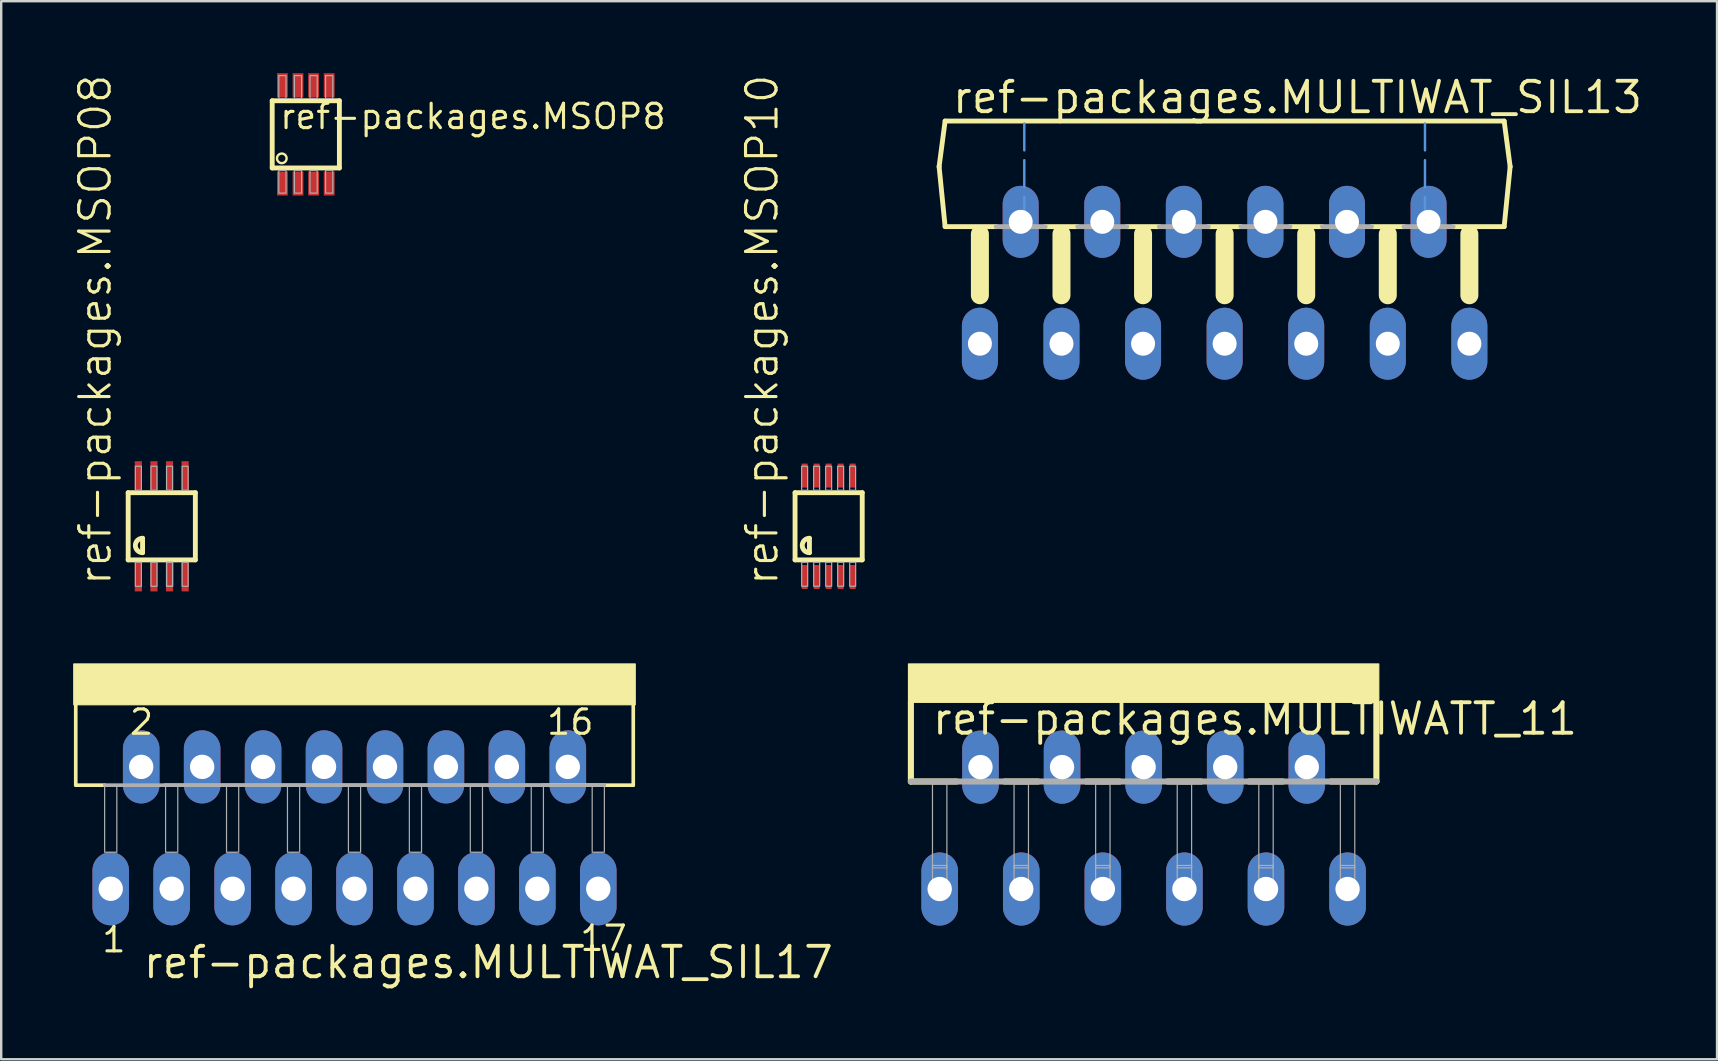
<source format=kicad_pcb>
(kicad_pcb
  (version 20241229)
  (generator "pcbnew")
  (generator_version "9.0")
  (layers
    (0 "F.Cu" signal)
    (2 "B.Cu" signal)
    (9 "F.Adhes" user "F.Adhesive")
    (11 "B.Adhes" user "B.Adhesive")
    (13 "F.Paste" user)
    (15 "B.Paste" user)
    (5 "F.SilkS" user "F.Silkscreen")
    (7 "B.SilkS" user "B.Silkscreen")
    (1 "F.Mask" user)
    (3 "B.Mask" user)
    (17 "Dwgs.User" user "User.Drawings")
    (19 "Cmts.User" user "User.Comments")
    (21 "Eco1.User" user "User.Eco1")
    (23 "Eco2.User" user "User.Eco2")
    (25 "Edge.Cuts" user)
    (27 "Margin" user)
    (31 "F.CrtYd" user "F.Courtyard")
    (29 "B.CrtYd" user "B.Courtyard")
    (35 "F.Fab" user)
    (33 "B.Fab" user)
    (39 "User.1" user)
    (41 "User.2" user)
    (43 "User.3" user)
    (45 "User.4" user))
  (footprint "ref-packages.MSOP08"
    (layer "F.Cu")
    (at 3.692 18.884)
    (property "Reference" "ref-packages.MSOP08" (at -2.032 2.54 90) (layer "F.SilkS") (effects (font (size 1.27 1.27) (thickness 0.13)) (justify left bottom)))
    (attr smd)
    (fp_line (start -1.4 -1.4) (end 1.4 -1.4) (stroke (width 0.203) (type default)) (layer "F.SilkS"))
    (fp_line (start -1.4 1.4) (end -1.4 -1.4) (stroke (width 0.203) (type default)) (layer "F.SilkS"))
    (fp_line (start -0.8 0.5) (end -0.8 1.1) (stroke (width 0.203) (type default)) (layer "F.SilkS"))
    (fp_line (start 1.4 -1.4) (end 1.4 1.4) (stroke (width 0.203) (type default)) (layer "F.SilkS"))
    (fp_line (start 1.4 1.4) (end -1.4 1.4) (stroke (width 0.203) (type default)) (layer "F.SilkS"))
    (fp_arc (start -0.8 1.1) (mid -1.1 0.8) (end -0.8 0.5) (stroke (width 0.2032) (type default)) (layer "F.SilkS"))
    (fp_rect (start -1.1 -1.5) (end -0.85 -2.5) (stroke (width 0.05) (type default)) (fill no) (layer "F.Fab"))
    (fp_rect (start -1.1 2.5) (end -0.85 1.5) (stroke (width 0.05) (type default)) (fill no) (layer "F.Fab"))
    (fp_rect (start -0.45 -1.5) (end -0.2 -2.5) (stroke (width 0.05) (type default)) (fill no) (layer "F.Fab"))
    (fp_rect (start -0.45 2.5) (end -0.2 1.5) (stroke (width 0.05) (type default)) (fill no) (layer "F.Fab"))
    (fp_rect (start 0.2 -1.5) (end 0.45 -2.5) (stroke (width 0.05) (type default)) (fill no) (layer "F.Fab"))
    (fp_rect (start 0.2 2.5) (end 0.45 1.5) (stroke (width 0.05) (type default)) (fill no) (layer "F.Fab"))
    (fp_rect (start 0.2 2.5) (end 0.45 1.5) (stroke (width 0.05) (type default)) (fill no) (layer "F.Fab"))
    (fp_rect (start 0.85 -1.5) (end 1.1 -2.5) (stroke (width 0.05) (type default)) (fill no) (layer "F.Fab"))
    (fp_rect (start 0.85 2.5) (end 1.1 1.5) (stroke (width 0.05) (type default)) (fill no) (layer "F.Fab"))
    (pad "1" smd roundrect (at -0.976 2.113) (size 0.3 1.2) (layers "F.Cu" "F.Mask" "F.Paste") (roundrect_rratio 0.01))
    (pad "2" smd roundrect (at -0.326 2.113) (size 0.3 1.2) (layers "F.Cu" "F.Mask" "F.Paste") (roundrect_rratio 0.01))
    (pad "3" smd roundrect (at 0.324 2.113) (size 0.3 1.2) (layers "F.Cu" "F.Mask" "F.Paste") (roundrect_rratio 0.01))
    (pad "4" smd roundrect (at 0.974 2.113) (size 0.3 1.2) (layers "F.Cu" "F.Mask" "F.Paste") (roundrect_rratio 0.01))
    (pad "5" smd roundrect (at 0.974 -2.112) (size 0.3 1.2) (layers "F.Cu" "F.Mask" "F.Paste") (roundrect_rratio 0.01))
    (pad "6" smd roundrect (at 0.324 -2.112) (size 0.3 1.2) (layers "F.Cu" "F.Mask" "F.Paste") (roundrect_rratio 0.01))
    (pad "7" smd roundrect (at -0.326 -2.112) (size 0.3 1.2) (layers "F.Cu" "F.Mask" "F.Paste") (roundrect_rratio 0.01))
    (pad "8" smd roundrect (at -0.976 -2.112) (size 0.3 1.2) (layers "F.Cu" "F.Mask" "F.Paste") (roundrect_rratio 0.01)))
  (footprint "ref-packages.MULTIWATT_11"
    (layer "F.Cu")
    (at 44.614 27.652)
    (property "Reference" "ref-packages.MULTIWATT_11" (at -8.89 0 0) (layer "F.SilkS") (effects (font (size 1.27 1.27) (thickness 0.16)) (justify left bottom)))
    (attr through_hole)
    (fp_line (start -9.7 1.87) (end -9.7 -1.43) (stroke (width 0.254) (type default)) (layer "F.SilkS"))
    (fp_line (start -9.7 1.87) (end -7.8 1.87) (stroke (width 0.254) (type default)) (layer "F.SilkS"))
    (fp_line (start -5.8 1.87) (end -4.4 1.87) (stroke (width 0.254) (type default)) (layer "F.SilkS"))
    (fp_line (start -2.4 1.87) (end -1 1.87) (stroke (width 0.254) (type default)) (layer "F.SilkS"))
    (fp_line (start 1 1.87) (end 2.4 1.87) (stroke (width 0.254) (type default)) (layer "F.SilkS"))
    (fp_line (start 4.4 1.87) (end 5.8 1.87) (stroke (width 0.254) (type default)) (layer "F.SilkS"))
    (fp_line (start 7.8 1.87) (end 9.7 1.87) (stroke (width 0.254) (type default)) (layer "F.SilkS"))
    (fp_line (start 9.7 1.87) (end 9.7 -1.43) (stroke (width 0.254) (type default)) (layer "F.SilkS"))
    (fp_rect (start -9.8 -1.43) (end 9.8 -3.03) (stroke (width 0.05) (type default)) (fill yes) (layer "F.SilkS"))
    (fp_line (start -9.7 1.87) (end 9.7 1.87) (stroke (width 0.254) (type default)) (layer "F.Fab"))
    (fp_rect (start -8.8 5.47) (end -8.2 1.97) (stroke (width 0.05) (type default)) (fill no) (layer "F.Fab"))
    (fp_rect (start -8.8 6.57) (end -8.2 5.37) (stroke (width 0.05) (type default)) (fill no) (layer "F.Fab"))
    (fp_rect (start -5.4 5.47) (end -4.8 1.97) (stroke (width 0.05) (type default)) (fill no) (layer "F.Fab"))
    (fp_rect (start -5.4 6.57) (end -4.8 5.37) (stroke (width 0.05) (type default)) (fill no) (layer "F.Fab"))
    (fp_rect (start -2 5.47) (end -1.4 1.97) (stroke (width 0.05) (type default)) (fill no) (layer "F.Fab"))
    (fp_rect (start -2 6.57) (end -1.4 5.37) (stroke (width 0.05) (type default)) (fill no) (layer "F.Fab"))
    (fp_rect (start 1.4 5.47) (end 2 1.97) (stroke (width 0.05) (type default)) (fill no) (layer "F.Fab"))
    (fp_rect (start 1.4 6.57) (end 2 5.37) (stroke (width 0.05) (type default)) (fill no) (layer "F.Fab"))
    (fp_rect (start 4.8 5.47) (end 5.4 1.97) (stroke (width 0.05) (type default)) (fill no) (layer "F.Fab"))
    (fp_rect (start 4.8 6.57) (end 5.4 5.37) (stroke (width 0.05) (type default)) (fill no) (layer "F.Fab"))
    (fp_rect (start 8.2 5.47) (end 8.8 1.97) (stroke (width 0.05) (type default)) (fill no) (layer "F.Fab"))
    (fp_rect (start 8.2 6.57) (end 8.8 5.37) (stroke (width 0.05) (type default)) (fill no) (layer "F.Fab"))
    (pad "1" thru_hole oval (at -8.5 6.35 90) (size 3.048 1.524) (drill 1.016) (layers "*.Cu" "*.Mask"))
    (pad "2" thru_hole oval (at -6.8 1.27 90) (size 3.048 1.524) (drill 1.016) (layers "*.Cu" "*.Mask"))
    (pad "3" thru_hole oval (at -5.1 6.35 90) (size 3.048 1.524) (drill 1.016) (layers "*.Cu" "*.Mask"))
    (pad "4" thru_hole oval (at -3.4 1.27 90) (size 3.048 1.524) (drill 1.016) (layers "*.Cu" "*.Mask"))
    (pad "5" thru_hole oval (at -1.7 6.35 90) (size 3.048 1.524) (drill 1.016) (layers "*.Cu" "*.Mask"))
    (pad "6" thru_hole oval (at 0 1.27 90) (size 3.048 1.524) (drill 1.016) (layers "*.Cu" "*.Mask"))
    (pad "7" thru_hole oval (at 1.7 6.35 90) (size 3.048 1.524) (drill 1.016) (layers "*.Cu" "*.Mask"))
    (pad "8" thru_hole oval (at 3.4 1.27 90) (size 3.048 1.524) (drill 1.016) (layers "*.Cu" "*.Mask"))
    (pad "9" thru_hole oval (at 5.1 6.35 90) (size 3.048 1.524) (drill 1.016) (layers "*.Cu" "*.Mask"))
    (pad "10" thru_hole oval (at 6.8 1.27 90) (size 3.048 1.524) (drill 1.016) (layers "*.Cu" "*.Mask"))
    (pad "11" thru_hole oval (at 8.5 6.35 90) (size 3.048 1.524) (drill 1.016) (layers "*.Cu" "*.Mask")))
  (footprint "ref-packages.MULTIWAT_SIL17"
    (layer "F.Cu")
    (at 11.725 26.372)
    (property "Reference" "ref-packages.MULTIWAT_SIL17" (at -8.89 11.43 0) (layer "F.SilkS") (effects (font (size 1.27 1.27) (thickness 0.16)) (justify left bottom)))
    (attr through_hole)
    (fp_line (start -11.618 -0.254) (end -11.618 3.302) (stroke (width 0.152) (type default)) (layer "F.SilkS"))
    (fp_line (start -11.618 3.302) (end -10.414 3.302) (stroke (width 0.152) (type default)) (layer "F.SilkS"))
    (fp_line (start 7.874 3.302) (end 11.618 3.302) (stroke (width 0.152) (type default)) (layer "F.SilkS"))
    (fp_line (start 11.618 -0.254) (end 11.618 3.302) (stroke (width 0.152) (type default)) (layer "F.SilkS"))
    (fp_rect (start -11.7 -0.05) (end 11.7 -1.75) (stroke (width 0.05) (type default)) (fill yes) (layer "F.SilkS"))
    (fp_line (start -10.414 3.302) (end -7.874 3.302) (stroke (width 0.152) (type default)) (layer "F.Fab"))
    (fp_line (start -7.874 3.302) (end 7.874 3.302) (stroke (width 0.152) (type default)) (layer "F.Fab"))
    (fp_line (start -7.874 3.302) (end 10.414 3.302) (stroke (width 0.152) (type default)) (layer "F.Fab"))
    (fp_rect (start -10.414 6.096) (end -9.906 3.302) (stroke (width 0.05) (type default)) (fill no) (layer "F.Fab"))
    (fp_rect (start -7.874 6.096) (end -7.366 3.302) (stroke (width 0.05) (type default)) (fill no) (layer "F.Fab"))
    (fp_rect (start -5.334 6.096) (end -4.826 3.302) (stroke (width 0.05) (type default)) (fill no) (layer "F.Fab"))
    (fp_rect (start -2.794 6.096) (end -2.286 3.302) (stroke (width 0.05) (type default)) (fill no) (layer "F.Fab"))
    (fp_rect (start -0.254 6.096) (end 0.254 3.302) (stroke (width 0.05) (type default)) (fill no) (layer "F.Fab"))
    (fp_rect (start 2.286 6.096) (end 2.794 3.302) (stroke (width 0.05) (type default)) (fill no) (layer "F.Fab"))
    (fp_rect (start 4.826 6.096) (end 5.334 3.302) (stroke (width 0.05) (type default)) (fill no) (layer "F.Fab"))
    (fp_rect (start 7.366 6.096) (end 7.874 3.302) (stroke (width 0.05) (type default)) (fill no) (layer "F.Fab"))
    (fp_rect (start 9.906 6.096) (end 10.414 3.302) (stroke (width 0.05) (type default)) (fill no) (layer "F.Fab"))
    (fp_text user "16" (at 7.939 1.27 0) (layer "F.SilkS") (effects (font (size 1.016 1.016) (thickness 0.13)) (justify left bottom)))
    (fp_text user "2" (at -9.447 1.27 0) (layer "F.SilkS") (effects (font (size 1.016 1.016) (thickness 0.13)) (justify left bottom)))
    (fp_text user "17" (at 9.328 10.279 0) (layer "F.SilkS") (effects (font (size 1.016 1.016) (thickness 0.13)) (justify left bottom)))
    (fp_text user "1" (at -10.597 10.338 0) (layer "F.SilkS") (effects (font (size 1.016 1.016) (thickness 0.13)) (justify left bottom)))
    (pad "1" thru_hole oval (at -10.16 7.62 90) (size 3.048 1.524) (drill 1.016) (layers "*.Cu" "*.Mask"))
    (pad "2" thru_hole oval (at -8.89 2.54 90) (size 3.048 1.524) (drill 1.016) (layers "*.Cu" "*.Mask"))
    (pad "3" thru_hole oval (at -7.62 7.62 90) (size 3.048 1.524) (drill 1.016) (layers "*.Cu" "*.Mask"))
    (pad "4" thru_hole oval (at -6.35 2.54 90) (size 3.048 1.524) (drill 1.016) (layers "*.Cu" "*.Mask"))
    (pad "5" thru_hole oval (at -5.08 7.62 90) (size 3.048 1.524) (drill 1.016) (layers "*.Cu" "*.Mask"))
    (pad "6" thru_hole oval (at -3.81 2.54 90) (size 3.048 1.524) (drill 1.016) (layers "*.Cu" "*.Mask"))
    (pad "7" thru_hole oval (at -2.54 7.62 90) (size 3.048 1.524) (drill 1.016) (layers "*.Cu" "*.Mask"))
    (pad "8" thru_hole oval (at -1.27 2.54 90) (size 3.048 1.524) (drill 1.016) (layers "*.Cu" "*.Mask"))
    (pad "9" thru_hole oval (at 0 7.62 90) (size 3.048 1.524) (drill 1.016) (layers "*.Cu" "*.Mask"))
    (pad "10" thru_hole oval (at 1.27 2.54 90) (size 3.048 1.524) (drill 1.016) (layers "*.Cu" "*.Mask"))
    (pad "11" thru_hole oval (at 2.54 7.62 90) (size 3.048 1.524) (drill 1.016) (layers "*.Cu" "*.Mask"))
    (pad "12" thru_hole oval (at 3.81 2.54 90) (size 3.048 1.524) (drill 1.016) (layers "*.Cu" "*.Mask"))
    (pad "13" thru_hole oval (at 5.08 7.62 90) (size 3.048 1.524) (drill 1.016) (layers "*.Cu" "*.Mask"))
    (pad "14" thru_hole oval (at 6.35 2.54 90) (size 3.048 1.524) (drill 1.016) (layers "*.Cu" "*.Mask"))
    (pad "15" thru_hole oval (at 7.62 7.62 90) (size 3.048 1.524) (drill 1.016) (layers "*.Cu" "*.Mask"))
    (pad "16" thru_hole oval (at 8.89 2.54 90) (size 3.048 1.524) (drill 1.016) (layers "*.Cu" "*.Mask"))
    (pad "17" thru_hole oval (at 10.16 7.62 90) (size 3.048 1.524) (drill 1.016) (layers "*.Cu" "*.Mask")))
  (footprint "ref-packages.MULTIWAT_SIL13"
    (layer "F.Cu")
    (at 47.99 6.195)
    (property "Reference" "ref-packages.MULTIWAT_SIL13" (at -11.43 -4.445 0) (layer "F.SilkS") (effects (font (size 1.27 1.27) (thickness 0.16)) (justify left bottom)))
    (attr through_hole)
    (fp_line (start -11.9 -2.3) (end -11.65 -4.2) (stroke (width 0.203) (type default)) (layer "F.SilkS"))
    (fp_line (start -11.65 -4.2) (end 11.65 -4.2) (stroke (width 0.203) (type default)) (layer "F.SilkS"))
    (fp_line (start -11.65 0.2) (end -11.9 -2.3) (stroke (width 0.203) (type default)) (layer "F.SilkS"))
    (fp_line (start -10.2 0.51) (end -10.2 3.06) (stroke (width 0.75) (type default)) (layer "F.SilkS"))
    (fp_line (start -9.52 0.2) (end -11.65 0.2) (stroke (width 0.203) (type default)) (layer "F.SilkS"))
    (fp_line (start -6.8 0.51) (end -6.8 3.06) (stroke (width 0.75) (type default)) (layer "F.SilkS"))
    (fp_line (start -6.12 0.2) (end -7.48 0.2) (stroke (width 0.203) (type default)) (layer "F.SilkS"))
    (fp_line (start -3.4 0.51) (end -3.4 3.06) (stroke (width 0.75) (type default)) (layer "F.SilkS"))
    (fp_line (start -2.72 0.2) (end -4.08 0.2) (stroke (width 0.203) (type default)) (layer "F.SilkS"))
    (fp_line (start 0 0.51) (end 0 3.06) (stroke (width 0.75) (type default)) (layer "F.SilkS"))
    (fp_line (start 0.68 0.2) (end -0.68 0.2) (stroke (width 0.203) (type default)) (layer "F.SilkS"))
    (fp_line (start 3.4 0.51) (end 3.4 3.06) (stroke (width 0.75) (type default)) (layer "F.SilkS"))
    (fp_line (start 4.08 0.2) (end 2.72 0.2) (stroke (width 0.203) (type default)) (layer "F.SilkS"))
    (fp_line (start 6.8 0.51) (end 6.8 3.06) (stroke (width 0.75) (type default)) (layer "F.SilkS"))
    (fp_line (start 7.48 0.2) (end 6.12 0.2) (stroke (width 0.203) (type default)) (layer "F.SilkS"))
    (fp_line (start 10.2 0.51) (end 10.2 3.06) (stroke (width 0.75) (type default)) (layer "F.SilkS"))
    (fp_line (start 11.65 -4.2) (end 11.9 -2.3) (stroke (width 0.203) (type default)) (layer "F.SilkS"))
    (fp_line (start 11.65 0.2) (end 9.52 0.2) (stroke (width 0.203) (type default)) (layer "F.SilkS"))
    (fp_line (start 11.9 -2.3) (end 11.65 0.2) (stroke (width 0.203) (type default)) (layer "F.SilkS"))
    (fp_line (start -8.35 -4.1) (end -8.35 0.1) (stroke (width 0.102) (type dash)) (layer "Cmts.User"))
    (fp_line (start 8.35 -4.1) (end 8.35 0.1) (stroke (width 0.102) (type dash)) (layer "Cmts.User"))
    (fp_line (start -7.48 0.2) (end -9.52 0.2) (stroke (width 0.203) (type default)) (layer "F.Fab"))
    (fp_line (start -4.08 0.2) (end -6.12 0.2) (stroke (width 0.203) (type default)) (layer "F.Fab"))
    (fp_line (start -0.68 0.2) (end -2.72 0.2) (stroke (width 0.203) (type default)) (layer "F.Fab"))
    (fp_line (start 2.72 0.2) (end 0.68 0.2) (stroke (width 0.203) (type default)) (layer "F.Fab"))
    (fp_line (start 6.12 0.2) (end 4.08 0.2) (stroke (width 0.203) (type default)) (layer "F.Fab"))
    (fp_line (start 9.52 0.2) (end 7.48 0.2) (stroke (width 0.203) (type default)) (layer "F.Fab"))
    (pad "1" thru_hole oval (at -10.2 5.08 90) (size 3 1.5) (drill 1) (layers "*.Cu" "*.Mask"))
    (pad "2" thru_hole oval (at -8.5 0 90) (size 3 1.5) (drill 1) (layers "*.Cu" "*.Mask"))
    (pad "3" thru_hole oval (at -6.8 5.08 90) (size 3 1.5) (drill 1) (layers "*.Cu" "*.Mask"))
    (pad "4" thru_hole oval (at -5.1 0 90) (size 3 1.5) (drill 1) (layers "*.Cu" "*.Mask"))
    (pad "5" thru_hole oval (at -3.4 5.08 90) (size 3 1.5) (drill 1) (layers "*.Cu" "*.Mask"))
    (pad "6" thru_hole oval (at -1.7 0 90) (size 3 1.5) (drill 1) (layers "*.Cu" "*.Mask"))
    (pad "7" thru_hole oval (at 0 5.08 90) (size 3 1.5) (drill 1) (layers "*.Cu" "*.Mask"))
    (pad "8" thru_hole oval (at 1.7 0 90) (size 3 1.5) (drill 1) (layers "*.Cu" "*.Mask"))
    (pad "9" thru_hole oval (at 3.4 5.08 90) (size 3 1.5) (drill 1) (layers "*.Cu" "*.Mask"))
    (pad "10" thru_hole oval (at 5.1 0 90) (size 3 1.5) (drill 1) (layers "*.Cu" "*.Mask"))
    (pad "11" thru_hole oval (at 6.8 5.08 90) (size 3 1.5) (drill 1) (layers "*.Cu" "*.Mask"))
    (pad "12" thru_hole oval (at 8.5 0 90) (size 3 1.5) (drill 1) (layers "*.Cu" "*.Mask"))
    (pad "13" thru_hole oval (at 10.2 5.08 90) (size 3 1.5) (drill 1) (layers "*.Cu" "*.Mask")))
  (footprint "ref-packages.MSOP8"
    (layer "F.Cu")
    (at 9.695 2.55)
    (property "Reference" "ref-packages.MSOP8" (at -1.15 -0.15 0) (layer "F.SilkS") (effects (font (size 1.016 1.016) (thickness 0.13)) (justify left bottom)))
    (attr smd)
    (fp_line (start -1.4 -1.4) (end 1.4 -1.4) (stroke (width 0.203) (type default)) (layer "F.SilkS"))
    (fp_line (start -1.4 1.4) (end -1.4 -1.4) (stroke (width 0.203) (type default)) (layer "F.SilkS"))
    (fp_line (start 1.4 -1.4) (end 1.4 1.4) (stroke (width 0.203) (type default)) (layer "F.SilkS"))
    (fp_line (start 1.4 1.4) (end -1.4 1.4) (stroke (width 0.203) (type default)) (layer "F.SilkS"))
    (fp_circle (center -1 1) (end -0.8 1) (stroke (width 0.1) (type default)) (fill no) (layer "F.SilkS"))
    (fp_rect (start -1.125 2.45) (end -0.825 1.5) (stroke (width 0.05) (type default)) (fill no) (layer "F.Fab"))
    (fp_rect (start -1.125 -1.5) (end -0.825 -2.45) (stroke (width 0.05) (type default)) (fill no) (layer "F.Fab"))
    (fp_rect (start -0.475 -1.5) (end -0.175 -2.45) (stroke (width 0.05) (type default)) (fill no) (layer "F.Fab"))
    (fp_rect (start -0.475 2.45) (end -0.175 1.5) (stroke (width 0.05) (type default)) (fill no) (layer "F.Fab"))
    (fp_rect (start 0.175 -1.5) (end 0.475 -2.45) (stroke (width 0.05) (type default)) (fill no) (layer "F.Fab"))
    (fp_rect (start 0.175 2.45) (end 0.475 1.5) (stroke (width 0.05) (type default)) (fill no) (layer "F.Fab"))
    (fp_rect (start 0.825 2.45) (end 1.125 1.5) (stroke (width 0.05) (type default)) (fill no) (layer "F.Fab"))
    (fp_rect (start 0.825 -1.5) (end 1.125 -2.45) (stroke (width 0.05) (type default)) (fill no) (layer "F.Fab"))
    (pad "1" smd roundrect (at -0.975 2.05) (size 0.45 1) (layers "F.Cu" "F.Mask" "F.Paste") (roundrect_rratio 0.01))
    (pad "2" smd roundrect (at -0.325 2.05) (size 0.45 1) (layers "F.Cu" "F.Mask" "F.Paste") (roundrect_rratio 0.01))
    (pad "3" smd roundrect (at 0.325 2.05) (size 0.45 1) (layers "F.Cu" "F.Mask" "F.Paste") (roundrect_rratio 0.01))
    (pad "4" smd roundrect (at 0.975 2.05) (size 0.45 1) (layers "F.Cu" "F.Mask" "F.Paste") (roundrect_rratio 0.01))
    (pad "5" smd roundrect (at 0.975 -2.05) (size 0.45 1) (layers "F.Cu" "F.Mask" "F.Paste") (roundrect_rratio 0.01))
    (pad "6" smd roundrect (at 0.325 -2.05) (size 0.45 1) (layers "F.Cu" "F.Mask" "F.Paste") (roundrect_rratio 0.01))
    (pad "7" smd roundrect (at -0.325 -2.05) (size 0.45 1) (layers "F.Cu" "F.Mask" "F.Paste") (roundrect_rratio 0.01))
    (pad "8" smd roundrect (at -0.975 -2.05) (size 0.45 1) (layers "F.Cu" "F.Mask" "F.Paste") (roundrect_rratio 0.01)))
  (footprint "ref-packages.MSOP10"
    (layer "F.Cu")
    (at 31.486 18.884)
    (property "Reference" "ref-packages.MSOP10" (at -2.032 2.54 90) (layer "F.SilkS") (effects (font (size 1.27 1.27) (thickness 0.13)) (justify left bottom)))
    (attr smd)
    (fp_line (start -1.4 -1.4) (end 1.4 -1.4) (stroke (width 0.203) (type default)) (layer "F.SilkS"))
    (fp_line (start -1.4 1.4) (end -1.4 -1.4) (stroke (width 0.203) (type default)) (layer "F.SilkS"))
    (fp_line (start -0.8 0.5) (end -0.8 1.1) (stroke (width 0.203) (type default)) (layer "F.SilkS"))
    (fp_line (start 1.4 -1.4) (end 1.4 1.4) (stroke (width 0.203) (type default)) (layer "F.SilkS"))
    (fp_line (start 1.4 1.4) (end -1.4 1.4) (stroke (width 0.203) (type default)) (layer "F.SilkS"))
    (fp_arc (start -0.8 1.1) (mid -1.1 0.8) (end -0.8 0.5) (stroke (width 0.2032) (type default)) (layer "F.SilkS"))
    (fp_rect (start -1.126 -1.5) (end -0.876 -2.5) (stroke (width 0.05) (type default)) (fill no) (layer "F.Fab"))
    (fp_rect (start -1.124 2.5) (end -0.874 1.5) (stroke (width 0.05) (type default)) (fill no) (layer "F.Fab"))
    (fp_rect (start -0.626 -1.5) (end -0.376 -2.5) (stroke (width 0.05) (type default)) (fill no) (layer "F.Fab"))
    (fp_rect (start -0.624 2.5) (end -0.374 1.5) (stroke (width 0.05) (type default)) (fill no) (layer "F.Fab"))
    (fp_rect (start -0.126 -1.5) (end 0.124 -2.5) (stroke (width 0.05) (type default)) (fill no) (layer "F.Fab"))
    (fp_rect (start -0.124 2.5) (end 0.126 1.5) (stroke (width 0.05) (type default)) (fill no) (layer "F.Fab"))
    (fp_rect (start 0.374 -1.5) (end 0.624 -2.5) (stroke (width 0.05) (type default)) (fill no) (layer "F.Fab"))
    (fp_rect (start 0.376 2.5) (end 0.626 1.5) (stroke (width 0.05) (type default)) (fill no) (layer "F.Fab"))
    (fp_rect (start 0.874 -1.5) (end 1.124 -2.5) (stroke (width 0.05) (type default)) (fill no) (layer "F.Fab"))
    (fp_rect (start 0.876 2.5) (end 1.126 1.5) (stroke (width 0.05) (type default)) (fill no) (layer "F.Fab"))
    (pad "1" smd roundrect (at -1 2.113) (size 0.25 1) (layers "F.Cu" "F.Mask" "F.Paste") (roundrect_rratio 0.01))
    (pad "2" smd roundrect (at -0.5 2.113) (size 0.25 1) (layers "F.Cu" "F.Mask" "F.Paste") (roundrect_rratio 0.01))
    (pad "3" smd roundrect (at 0 2.113) (size 0.25 1) (layers "F.Cu" "F.Mask" "F.Paste") (roundrect_rratio 0.01))
    (pad "4" smd roundrect (at 0.5 2.113) (size 0.25 1) (layers "F.Cu" "F.Mask" "F.Paste") (roundrect_rratio 0.01))
    (pad "5" smd roundrect (at 1 2.113) (size 0.25 1) (layers "F.Cu" "F.Mask" "F.Paste") (roundrect_rratio 0.01))
    (pad "6" smd roundrect (at 1 -2.113 180) (size 0.25 1) (layers "F.Cu" "F.Mask" "F.Paste") (roundrect_rratio 0.01))
    (pad "7" smd roundrect (at 0.5 -2.113 180) (size 0.25 1) (layers "F.Cu" "F.Mask" "F.Paste") (roundrect_rratio 0.01))
    (pad "8" smd roundrect (at 0 -2.113 180) (size 0.25 1) (layers "F.Cu" "F.Mask" "F.Paste") (roundrect_rratio 0.01))
    (pad "9" smd roundrect (at -0.5 -2.113 180) (size 0.25 1) (layers "F.Cu" "F.Mask" "F.Paste") (roundrect_rratio 0.01))
    (pad "10" smd roundrect (at -1 -2.113 180) (size 0.25 1) (layers "F.Cu" "F.Mask" "F.Paste") (roundrect_rratio 0.01)))
  (gr_rect
    (start -3 -3)
    (end 68.512 41.099)
    (stroke (width 0.1) (type default))
    (fill no)
    (layer "Edge.Cuts")))
</source>
